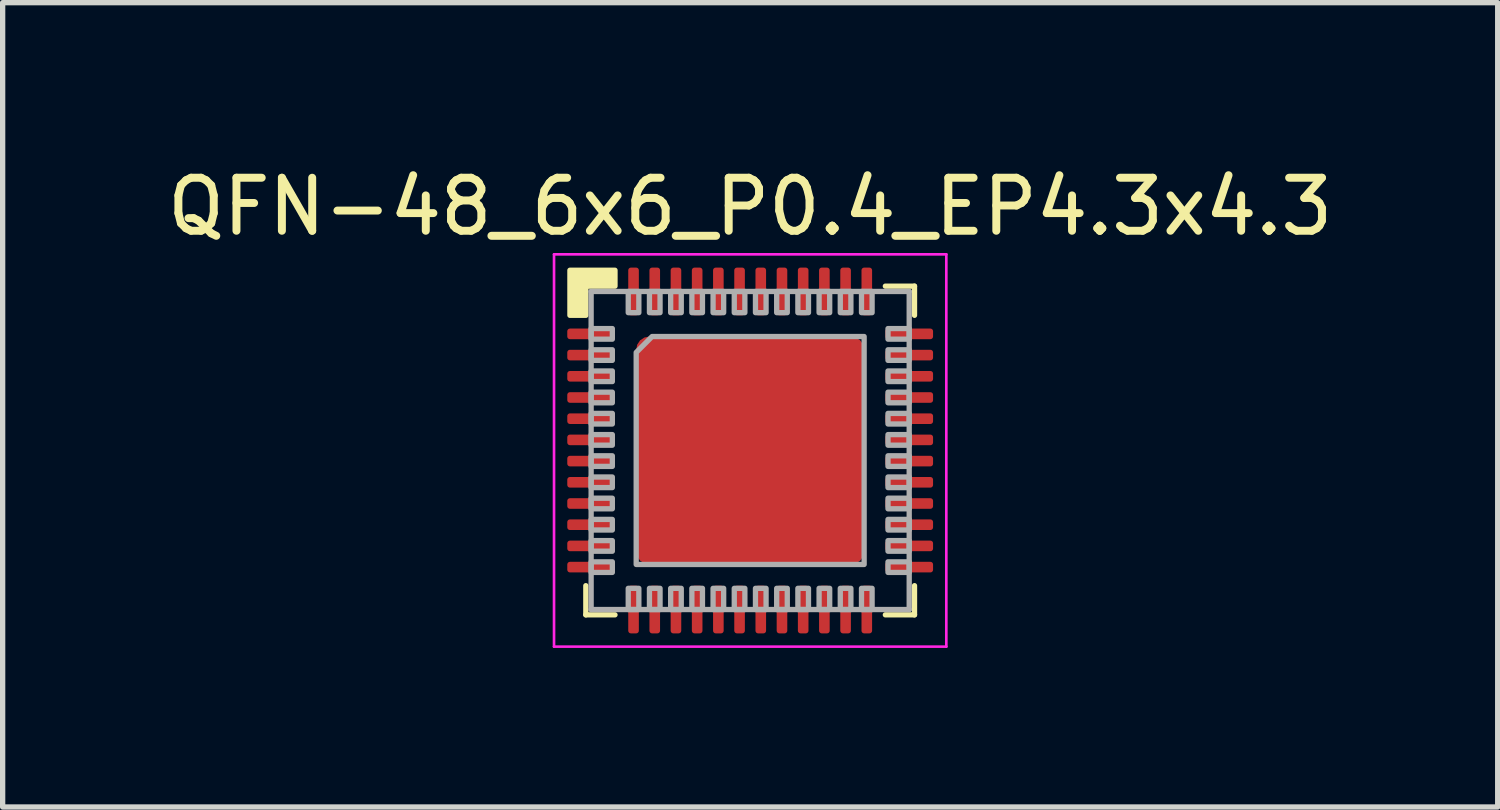
<source format=kicad_pcb>
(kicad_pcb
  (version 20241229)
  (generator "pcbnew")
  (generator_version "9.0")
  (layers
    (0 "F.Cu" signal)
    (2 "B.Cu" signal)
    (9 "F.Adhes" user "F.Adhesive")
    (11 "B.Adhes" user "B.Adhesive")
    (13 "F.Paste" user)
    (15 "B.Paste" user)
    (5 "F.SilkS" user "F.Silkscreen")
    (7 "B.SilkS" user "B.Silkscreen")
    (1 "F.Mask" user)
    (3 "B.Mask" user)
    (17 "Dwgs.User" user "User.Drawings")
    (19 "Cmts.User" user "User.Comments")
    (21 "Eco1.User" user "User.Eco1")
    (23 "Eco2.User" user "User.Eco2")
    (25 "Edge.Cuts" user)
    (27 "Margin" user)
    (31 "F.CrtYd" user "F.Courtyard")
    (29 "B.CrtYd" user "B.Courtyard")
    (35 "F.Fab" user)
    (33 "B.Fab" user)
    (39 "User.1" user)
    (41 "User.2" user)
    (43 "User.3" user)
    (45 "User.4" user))
  (footprint "QFN-48_6x6_P0.4_EP4.3x4.3"
    (layer "F.Cu")
    (at 11.101 5.448)
    (property "Reference" "QFN-48_6x6_P0.4_EP4.3x4.3" (at 0 -4.6 0) (layer "F.SilkS") (effects (font (size 1 1) (thickness 0.15))))
    (attr smd)
    (fp_line (start -3.1 3.1) (end -3.1 2.55) (stroke (width 0.1) (type solid)) (layer "F.SilkS"))
    (fp_line (start -2.55 3.1) (end -3.1 3.1) (stroke (width 0.1) (type solid)) (layer "F.SilkS"))
    (fp_line (start 2.55 -3.1) (end 3.1 -3.1) (stroke (width 0.1) (type solid)) (layer "F.SilkS"))
    (fp_line (start 3.1 -3.1) (end 3.1 -2.55) (stroke (width 0.1) (type solid)) (layer "F.SilkS"))
    (fp_line (start 3.1 2.55) (end 3.1 3.1) (stroke (width 0.1) (type solid)) (layer "F.SilkS"))
    (fp_line (start 3.1 3.1) (end 2.55 3.1) (stroke (width 0.1) (type solid)) (layer "F.SilkS"))
    (fp_poly (pts (xy -2.55 -3.1) (xy -3.1 -3.1) (xy -3.1 -2.55) (xy -3.4 -2.55) (xy -3.4 -3.4) (xy -2.55 -3.4)) (stroke (width 0.1) (type solid)) (fill yes) (layer "F.SilkS"))
    (fp_line (start -3.7 -3.7) (end -3.7 3.7) (stroke (width 0.05) (type solid)) (layer "F.CrtYd"))
    (fp_line (start -3.7 3.7) (end 3.7 3.7) (stroke (width 0.05) (type solid)) (layer "F.CrtYd"))
    (fp_line (start 3.7 -3.7) (end -3.7 -3.7) (stroke (width 0.05) (type solid)) (layer "F.CrtYd"))
    (fp_line (start 3.7 3.7) (end 3.7 -3.7) (stroke (width 0.05) (type solid)) (layer "F.CrtYd"))
    (fp_line (start -3 -3) (end 3 -3) (stroke (width 0.1) (type solid)) (layer "F.Fab"))
    (fp_line (start -3 3) (end -3 -3) (stroke (width 0.1) (type solid)) (layer "F.Fab"))
    (fp_line (start 3 -3) (end 3 3) (stroke (width 0.1) (type solid)) (layer "F.Fab"))
    (fp_line (start 3 3) (end -3 3) (stroke (width 0.1) (type solid)) (layer "F.Fab"))
    (fp_poly (pts (xy -2.6 -2.1) (xy -3 -2.1) (xy -3 -2.3) (xy -2.6 -2.3)) (stroke (width 0.1) (type solid)) (fill no) (layer "F.Fab"))
    (fp_poly (pts (xy -2.6 -1.7) (xy -3 -1.7) (xy -3 -1.9) (xy -2.6 -1.9)) (stroke (width 0.1) (type solid)) (fill no) (layer "F.Fab"))
    (fp_poly (pts (xy -2.6 -1.3) (xy -3 -1.3) (xy -3 -1.5) (xy -2.6 -1.5)) (stroke (width 0.1) (type solid)) (fill no) (layer "F.Fab"))
    (fp_poly (pts (xy -2.6 -0.9) (xy -3 -0.9) (xy -3 -1.1) (xy -2.6 -1.1)) (stroke (width 0.1) (type solid)) (fill no) (layer "F.Fab"))
    (fp_poly (pts (xy -2.6 -0.5) (xy -3 -0.5) (xy -3 -0.7) (xy -2.6 -0.7)) (stroke (width 0.1) (type solid)) (fill no) (layer "F.Fab"))
    (fp_poly (pts (xy -2.6 -0.1) (xy -3 -0.1) (xy -3 -0.3) (xy -2.6 -0.3)) (stroke (width 0.1) (type solid)) (fill no) (layer "F.Fab"))
    (fp_poly (pts (xy -2.6 0.3) (xy -3 0.3) (xy -3 0.1) (xy -2.6 0.1)) (stroke (width 0.1) (type solid)) (fill no) (layer "F.Fab"))
    (fp_poly (pts (xy -2.6 0.7) (xy -3 0.7) (xy -3 0.5) (xy -2.6 0.5)) (stroke (width 0.1) (type solid)) (fill no) (layer "F.Fab"))
    (fp_poly (pts (xy -2.6 1.1) (xy -3 1.1) (xy -3 0.9) (xy -2.6 0.9)) (stroke (width 0.1) (type solid)) (fill no) (layer "F.Fab"))
    (fp_poly (pts (xy -2.6 1.5) (xy -3 1.5) (xy -3 1.3) (xy -2.6 1.3)) (stroke (width 0.1) (type solid)) (fill no) (layer "F.Fab"))
    (fp_poly (pts (xy -2.6 1.9) (xy -3 1.9) (xy -3 1.7) (xy -2.6 1.7)) (stroke (width 0.1) (type solid)) (fill no) (layer "F.Fab"))
    (fp_poly (pts (xy -2.6 2.3) (xy -3 2.3) (xy -3 2.1) (xy -2.6 2.1)) (stroke (width 0.1) (type solid)) (fill no) (layer "F.Fab"))
    (fp_poly (pts (xy -2.3 -2.6) (xy -2.3 -3) (xy -2.1 -3) (xy -2.1 -2.6)) (stroke (width 0.1) (type solid)) (fill no) (layer "F.Fab"))
    (fp_poly (pts (xy -2.1 2.6) (xy -2.1 3) (xy -2.3 3) (xy -2.3 2.6)) (stroke (width 0.1) (type solid)) (fill no) (layer "F.Fab"))
    (fp_poly (pts (xy -1.9 -2.6) (xy -1.9 -3) (xy -1.7 -3) (xy -1.7 -2.6)) (stroke (width 0.1) (type solid)) (fill no) (layer "F.Fab"))
    (fp_poly (pts (xy -1.7 2.6) (xy -1.7 3) (xy -1.9 3) (xy -1.9 2.6)) (stroke (width 0.1) (type solid)) (fill no) (layer "F.Fab"))
    (fp_poly (pts (xy -1.5 -2.6) (xy -1.5 -3) (xy -1.3 -3) (xy -1.3 -2.6)) (stroke (width 0.1) (type solid)) (fill no) (layer "F.Fab"))
    (fp_poly (pts (xy -1.3 2.6) (xy -1.3 3) (xy -1.5 3) (xy -1.5 2.6)) (stroke (width 0.1) (type solid)) (fill no) (layer "F.Fab"))
    (fp_poly (pts (xy -1.1 -2.6) (xy -1.1 -3) (xy -0.9 -3) (xy -0.9 -2.6)) (stroke (width 0.1) (type solid)) (fill no) (layer "F.Fab"))
    (fp_poly (pts (xy -0.9 2.6) (xy -0.9 3) (xy -1.1 3) (xy -1.1 2.6)) (stroke (width 0.1) (type solid)) (fill no) (layer "F.Fab"))
    (fp_poly (pts (xy -0.7 -2.6) (xy -0.7 -3) (xy -0.5 -3) (xy -0.5 -2.6)) (stroke (width 0.1) (type solid)) (fill no) (layer "F.Fab"))
    (fp_poly (pts (xy -0.5 2.6) (xy -0.5 3) (xy -0.7 3) (xy -0.7 2.6)) (stroke (width 0.1) (type solid)) (fill no) (layer "F.Fab"))
    (fp_poly (pts (xy -0.3 -2.6) (xy -0.3 -3) (xy -0.1 -3) (xy -0.1 -2.6)) (stroke (width 0.1) (type solid)) (fill no) (layer "F.Fab"))
    (fp_poly (pts (xy -0.1 2.6) (xy -0.1 3) (xy -0.3 3) (xy -0.3 2.6)) (stroke (width 0.1) (type solid)) (fill no) (layer "F.Fab"))
    (fp_poly (pts (xy 0.1 -2.6) (xy 0.1 -3) (xy 0.3 -3) (xy 0.3 -2.6)) (stroke (width 0.1) (type solid)) (fill no) (layer "F.Fab"))
    (fp_poly (pts (xy 0.3 2.6) (xy 0.3 3) (xy 0.1 3) (xy 0.1 2.6)) (stroke (width 0.1) (type solid)) (fill no) (layer "F.Fab"))
    (fp_poly (pts (xy 0.5 -2.6) (xy 0.5 -3) (xy 0.7 -3) (xy 0.7 -2.6)) (stroke (width 0.1) (type solid)) (fill no) (layer "F.Fab"))
    (fp_poly (pts (xy 0.7 2.6) (xy 0.7 3) (xy 0.5 3) (xy 0.5 2.6)) (stroke (width 0.1) (type solid)) (fill no) (layer "F.Fab"))
    (fp_poly (pts (xy 0.9 -2.6) (xy 0.9 -3) (xy 1.1 -3) (xy 1.1 -2.6)) (stroke (width 0.1) (type solid)) (fill no) (layer "F.Fab"))
    (fp_poly (pts (xy 1.1 2.6) (xy 1.1 3) (xy 0.9 3) (xy 0.9 2.6)) (stroke (width 0.1) (type solid)) (fill no) (layer "F.Fab"))
    (fp_poly (pts (xy 1.3 -2.6) (xy 1.3 -3) (xy 1.5 -3) (xy 1.5 -2.6)) (stroke (width 0.1) (type solid)) (fill no) (layer "F.Fab"))
    (fp_poly (pts (xy 1.5 2.6) (xy 1.5 3) (xy 1.3 3) (xy 1.3 2.6)) (stroke (width 0.1) (type solid)) (fill no) (layer "F.Fab"))
    (fp_poly (pts (xy 1.7 -2.6) (xy 1.7 -3) (xy 1.9 -3) (xy 1.9 -2.6)) (stroke (width 0.1) (type solid)) (fill no) (layer "F.Fab"))
    (fp_poly (pts (xy 1.9 2.6) (xy 1.9 3) (xy 1.7 3) (xy 1.7 2.6)) (stroke (width 0.1) (type solid)) (fill no) (layer "F.Fab"))
    (fp_poly (pts (xy 2.1 -2.6) (xy 2.1 -3) (xy 2.3 -3) (xy 2.3 -2.6)) (stroke (width 0.1) (type solid)) (fill no) (layer "F.Fab"))
    (fp_poly (pts (xy 2.3 2.6) (xy 2.3 3) (xy 2.1 3) (xy 2.1 2.6)) (stroke (width 0.1) (type solid)) (fill no) (layer "F.Fab"))
    (fp_poly (pts (xy 2.6 -2.3) (xy 3 -2.3) (xy 3 -2.1) (xy 2.6 -2.1)) (stroke (width 0.1) (type solid)) (fill no) (layer "F.Fab"))
    (fp_poly (pts (xy 2.6 -1.9) (xy 3 -1.9) (xy 3 -1.7) (xy 2.6 -1.7)) (stroke (width 0.1) (type solid)) (fill no) (layer "F.Fab"))
    (fp_poly (pts (xy 2.6 -1.5) (xy 3 -1.5) (xy 3 -1.3) (xy 2.6 -1.3)) (stroke (width 0.1) (type solid)) (fill no) (layer "F.Fab"))
    (fp_poly (pts (xy 2.6 -1.1) (xy 3 -1.1) (xy 3 -0.9) (xy 2.6 -0.9)) (stroke (width 0.1) (type solid)) (fill no) (layer "F.Fab"))
    (fp_poly (pts (xy 2.6 -0.7) (xy 3 -0.7) (xy 3 -0.5) (xy 2.6 -0.5)) (stroke (width 0.1) (type solid)) (fill no) (layer "F.Fab"))
    (fp_poly (pts (xy 2.6 -0.3) (xy 3 -0.3) (xy 3 -0.1) (xy 2.6 -0.1)) (stroke (width 0.1) (type solid)) (fill no) (layer "F.Fab"))
    (fp_poly (pts (xy 2.6 0.1) (xy 3 0.1) (xy 3 0.3) (xy 2.6 0.3)) (stroke (width 0.1) (type solid)) (fill no) (layer "F.Fab"))
    (fp_poly (pts (xy 2.6 0.5) (xy 3 0.5) (xy 3 0.7) (xy 2.6 0.7)) (stroke (width 0.1) (type solid)) (fill no) (layer "F.Fab"))
    (fp_poly (pts (xy 2.6 0.9) (xy 3 0.9) (xy 3 1.1) (xy 2.6 1.1)) (stroke (width 0.1) (type solid)) (fill no) (layer "F.Fab"))
    (fp_poly (pts (xy 2.6 1.3) (xy 3 1.3) (xy 3 1.5) (xy 2.6 1.5)) (stroke (width 0.1) (type solid)) (fill no) (layer "F.Fab"))
    (fp_poly (pts (xy 2.6 1.7) (xy 3 1.7) (xy 3 1.9) (xy 2.6 1.9)) (stroke (width 0.1) (type solid)) (fill no) (layer "F.Fab"))
    (fp_poly (pts (xy 2.6 2.1) (xy 3 2.1) (xy 3 2.3) (xy 2.6 2.3)) (stroke (width 0.1) (type solid)) (fill no) (layer "F.Fab"))
    (fp_poly (pts (xy 2.15 2.15) (xy -2.15 2.15) (xy -2.15 -1.85) (xy -1.85 -2.15) (xy 2.15 -2.15)) (stroke (width 0.1) (type solid)) (fill no) (layer "F.Fab"))
    (pad "" smd roundrect (at -1.075 -1.075) (size 1.53 1.53) (layers "F.Paste") (roundrect_rratio 0.065))
    (pad "" smd roundrect (at -1.075 1.075) (size 1.53 1.53) (layers "F.Paste") (roundrect_rratio 0.065))
    (pad "" smd roundrect (at 1.075 -1.075) (size 1.53 1.53) (layers "F.Paste") (roundrect_rratio 0.065))
    (pad "" smd roundrect (at 1.075 1.075) (size 1.53 1.53) (layers "F.Paste") (roundrect_rratio 0.065))
    (pad "1" smd roundrect (at -3 -2.2) (size 0.9 0.2) (layers "F.Cu" "F.Mask" "F.Paste") (roundrect_rratio 0.25))
    (pad "2" smd roundrect (at -3 -1.8) (size 0.9 0.2) (layers "F.Cu" "F.Mask" "F.Paste") (roundrect_rratio 0.25))
    (pad "3" smd roundrect (at -3 -1.4) (size 0.9 0.2) (layers "F.Cu" "F.Mask" "F.Paste") (roundrect_rratio 0.25))
    (pad "4" smd roundrect (at -3 -1) (size 0.9 0.2) (layers "F.Cu" "F.Mask" "F.Paste") (roundrect_rratio 0.25))
    (pad "5" smd roundrect (at -3 -0.6) (size 0.9 0.2) (layers "F.Cu" "F.Mask" "F.Paste") (roundrect_rratio 0.25))
    (pad "6" smd roundrect (at -3 -0.2) (size 0.9 0.2) (layers "F.Cu" "F.Mask" "F.Paste") (roundrect_rratio 0.25))
    (pad "7" smd roundrect (at -3 0.2) (size 0.9 0.2) (layers "F.Cu" "F.Mask" "F.Paste") (roundrect_rratio 0.25))
    (pad "8" smd roundrect (at -3 0.6) (size 0.9 0.2) (layers "F.Cu" "F.Mask" "F.Paste") (roundrect_rratio 0.25))
    (pad "9" smd roundrect (at -3 1) (size 0.9 0.2) (layers "F.Cu" "F.Mask" "F.Paste") (roundrect_rratio 0.25))
    (pad "10" smd roundrect (at -3 1.4) (size 0.9 0.2) (layers "F.Cu" "F.Mask" "F.Paste") (roundrect_rratio 0.25))
    (pad "11" smd roundrect (at -3 1.8) (size 0.9 0.2) (layers "F.Cu" "F.Mask" "F.Paste") (roundrect_rratio 0.25))
    (pad "12" smd roundrect (at -3 2.2) (size 0.9 0.2) (layers "F.Cu" "F.Mask" "F.Paste") (roundrect_rratio 0.25))
    (pad "13" smd roundrect (at -2.2 3 90) (size 0.9 0.2) (layers "F.Cu" "F.Mask" "F.Paste") (roundrect_rratio 0.25))
    (pad "14" smd roundrect (at -1.8 3 90) (size 0.9 0.2) (layers "F.Cu" "F.Mask" "F.Paste") (roundrect_rratio 0.25))
    (pad "15" smd roundrect (at -1.4 3 90) (size 0.9 0.2) (layers "F.Cu" "F.Mask" "F.Paste") (roundrect_rratio 0.25))
    (pad "16" smd roundrect (at -1 3 90) (size 0.9 0.2) (layers "F.Cu" "F.Mask" "F.Paste") (roundrect_rratio 0.25))
    (pad "17" smd roundrect (at -0.6 3 90) (size 0.9 0.2) (layers "F.Cu" "F.Mask" "F.Paste") (roundrect_rratio 0.25))
    (pad "18" smd roundrect (at -0.2 3 90) (size 0.9 0.2) (layers "F.Cu" "F.Mask" "F.Paste") (roundrect_rratio 0.25))
    (pad "19" smd roundrect (at 0.2 3 90) (size 0.9 0.2) (layers "F.Cu" "F.Mask" "F.Paste") (roundrect_rratio 0.25))
    (pad "20" smd roundrect (at 0.6 3 90) (size 0.9 0.2) (layers "F.Cu" "F.Mask" "F.Paste") (roundrect_rratio 0.25))
    (pad "21" smd roundrect (at 1 3 90) (size 0.9 0.2) (layers "F.Cu" "F.Mask" "F.Paste") (roundrect_rratio 0.25))
    (pad "22" smd roundrect (at 1.4 3 90) (size 0.9 0.2) (layers "F.Cu" "F.Mask" "F.Paste") (roundrect_rratio 0.25))
    (pad "23" smd roundrect (at 1.8 3 90) (size 0.9 0.2) (layers "F.Cu" "F.Mask" "F.Paste") (roundrect_rratio 0.25))
    (pad "24" smd roundrect (at 2.2 3 90) (size 0.9 0.2) (layers "F.Cu" "F.Mask" "F.Paste") (roundrect_rratio 0.25))
    (pad "25" smd roundrect (at 3 2.2) (size 0.9 0.2) (layers "F.Cu" "F.Mask" "F.Paste") (roundrect_rratio 0.25))
    (pad "26" smd roundrect (at 3 1.8) (size 0.9 0.2) (layers "F.Cu" "F.Mask" "F.Paste") (roundrect_rratio 0.25))
    (pad "27" smd roundrect (at 3 1.4) (size 0.9 0.2) (layers "F.Cu" "F.Mask" "F.Paste") (roundrect_rratio 0.25))
    (pad "28" smd roundrect (at 3 1) (size 0.9 0.2) (layers "F.Cu" "F.Mask" "F.Paste") (roundrect_rratio 0.25))
    (pad "29" smd roundrect (at 3 0.6) (size 0.9 0.2) (layers "F.Cu" "F.Mask" "F.Paste") (roundrect_rratio 0.25))
    (pad "30" smd roundrect (at 3 0.2) (size 0.9 0.2) (layers "F.Cu" "F.Mask" "F.Paste") (roundrect_rratio 0.25))
    (pad "31" smd roundrect (at 3 -0.2) (size 0.9 0.2) (layers "F.Cu" "F.Mask" "F.Paste") (roundrect_rratio 0.25))
    (pad "32" smd roundrect (at 3 -0.6) (size 0.9 0.2) (layers "F.Cu" "F.Mask" "F.Paste") (roundrect_rratio 0.25))
    (pad "33" smd roundrect (at 3 -1) (size 0.9 0.2) (layers "F.Cu" "F.Mask" "F.Paste") (roundrect_rratio 0.25))
    (pad "34" smd roundrect (at 3 -1.4) (size 0.9 0.2) (layers "F.Cu" "F.Mask" "F.Paste") (roundrect_rratio 0.25))
    (pad "35" smd roundrect (at 3 -1.8) (size 0.9 0.2) (layers "F.Cu" "F.Mask" "F.Paste") (roundrect_rratio 0.25))
    (pad "36" smd roundrect (at 3 -2.2) (size 0.9 0.2) (layers "F.Cu" "F.Mask" "F.Paste") (roundrect_rratio 0.25))
    (pad "37" smd roundrect (at 2.2 -3 90) (size 0.9 0.2) (layers "F.Cu" "F.Mask" "F.Paste") (roundrect_rratio 0.25))
    (pad "38" smd roundrect (at 1.8 -3 90) (size 0.9 0.2) (layers "F.Cu" "F.Mask" "F.Paste") (roundrect_rratio 0.25))
    (pad "39" smd roundrect (at 1.4 -3 90) (size 0.9 0.2) (layers "F.Cu" "F.Mask" "F.Paste") (roundrect_rratio 0.25))
    (pad "40" smd roundrect (at 1 -3 90) (size 0.9 0.2) (layers "F.Cu" "F.Mask" "F.Paste") (roundrect_rratio 0.25))
    (pad "41" smd roundrect (at 0.6 -3 90) (size 0.9 0.2) (layers "F.Cu" "F.Mask" "F.Paste") (roundrect_rratio 0.25))
    (pad "42" smd roundrect (at 0.2 -3 90) (size 0.9 0.2) (layers "F.Cu" "F.Mask" "F.Paste") (roundrect_rratio 0.25))
    (pad "43" smd roundrect (at -0.2 -3 90) (size 0.9 0.2) (layers "F.Cu" "F.Mask" "F.Paste") (roundrect_rratio 0.25))
    (pad "44" smd roundrect (at -0.6 -3 90) (size 0.9 0.2) (layers "F.Cu" "F.Mask" "F.Paste") (roundrect_rratio 0.25))
    (pad "45" smd roundrect (at -1 -3 90) (size 0.9 0.2) (layers "F.Cu" "F.Mask" "F.Paste") (roundrect_rratio 0.25))
    (pad "46" smd roundrect (at -1.4 -3 90) (size 0.9 0.2) (layers "F.Cu" "F.Mask" "F.Paste") (roundrect_rratio 0.25))
    (pad "47" smd roundrect (at -1.8 -3 90) (size 0.9 0.2) (layers "F.Cu" "F.Mask" "F.Paste") (roundrect_rratio 0.25))
    (pad "48" smd roundrect (at -2.2 -3 90) (size 0.9 0.2) (layers "F.Cu" "F.Mask" "F.Paste") (roundrect_rratio 0.25))
    (pad "49" smd roundrect (at 0 0) (size 4.3 4.3) (layers "F.Cu" "F.Mask") (roundrect_rratio 0.058)))
  (gr_rect
    (start -3 -3)
    (end 25.202 12.173)
    (stroke (width 0.1) (type default))
    (fill no)
    (layer "Edge.Cuts")))
</source>
